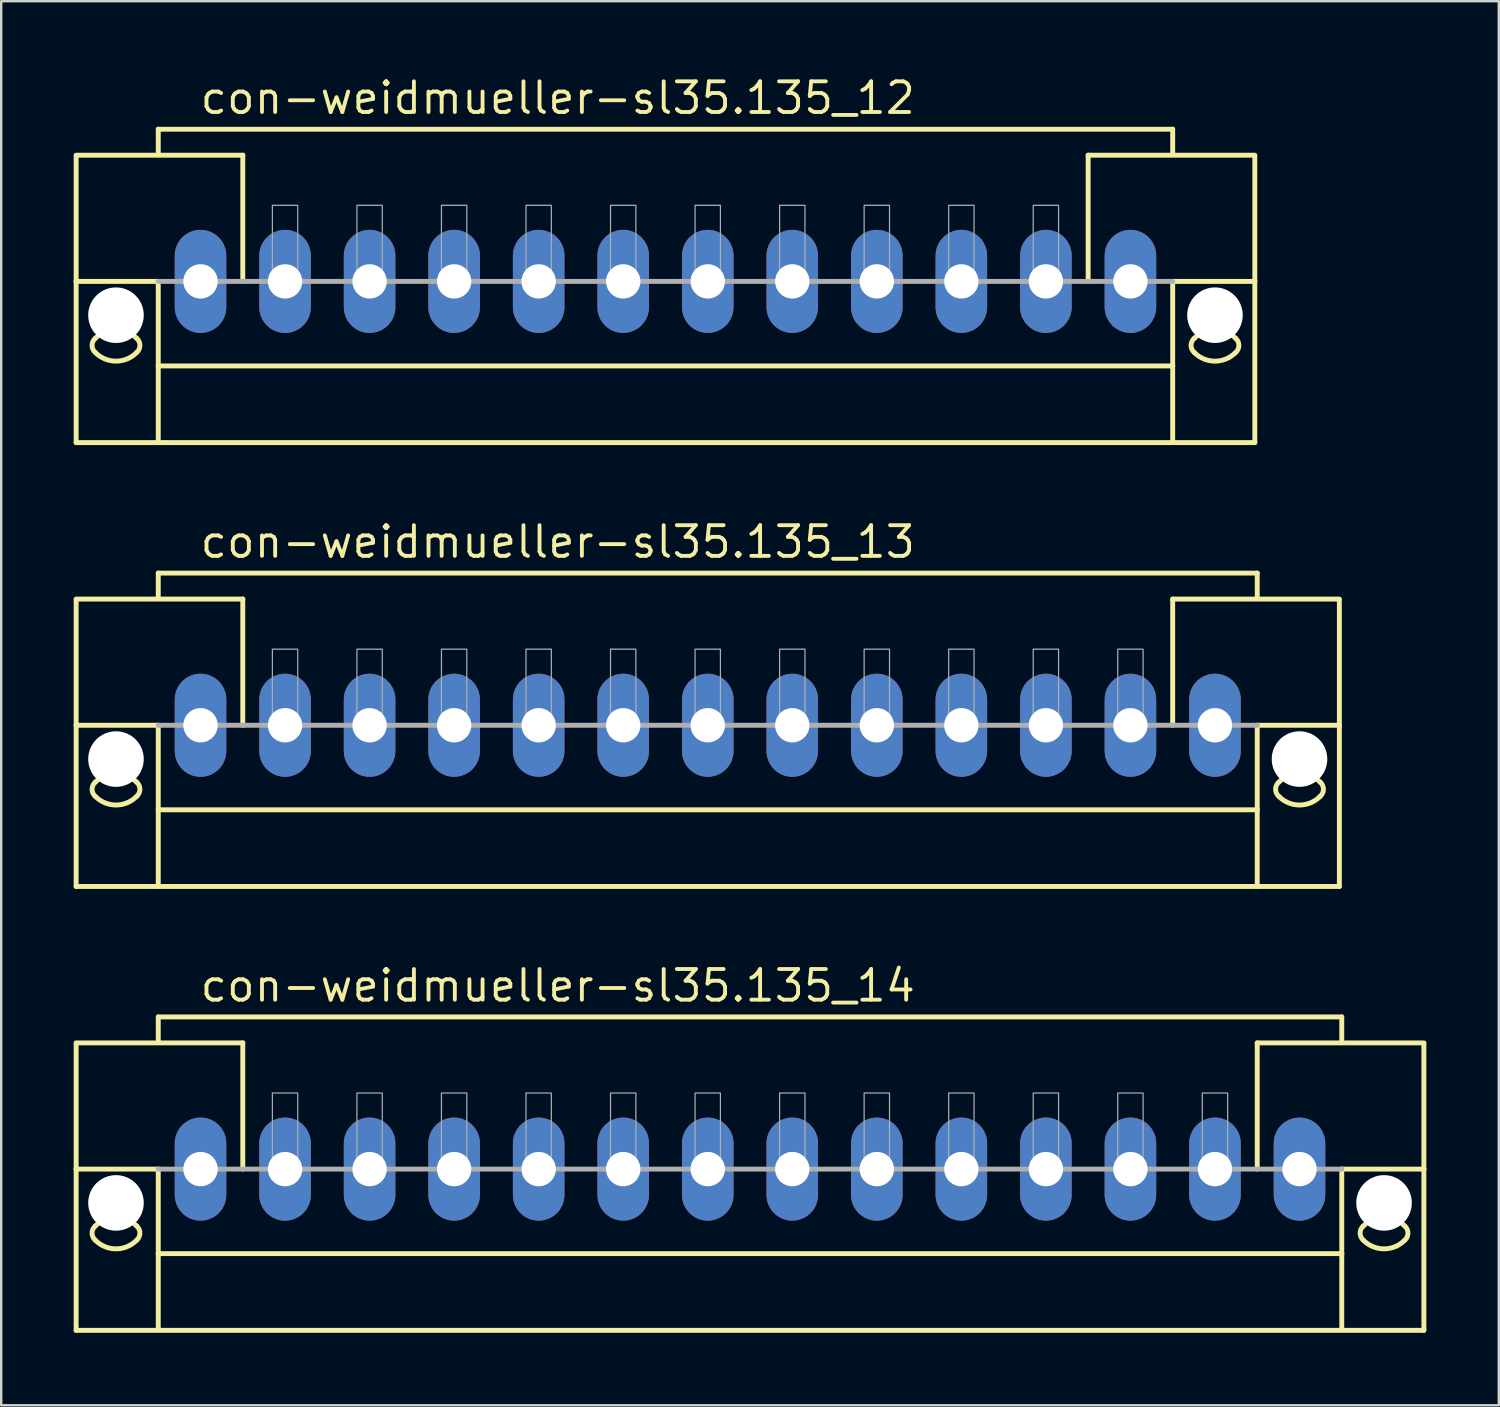
<source format=kicad_pcb>
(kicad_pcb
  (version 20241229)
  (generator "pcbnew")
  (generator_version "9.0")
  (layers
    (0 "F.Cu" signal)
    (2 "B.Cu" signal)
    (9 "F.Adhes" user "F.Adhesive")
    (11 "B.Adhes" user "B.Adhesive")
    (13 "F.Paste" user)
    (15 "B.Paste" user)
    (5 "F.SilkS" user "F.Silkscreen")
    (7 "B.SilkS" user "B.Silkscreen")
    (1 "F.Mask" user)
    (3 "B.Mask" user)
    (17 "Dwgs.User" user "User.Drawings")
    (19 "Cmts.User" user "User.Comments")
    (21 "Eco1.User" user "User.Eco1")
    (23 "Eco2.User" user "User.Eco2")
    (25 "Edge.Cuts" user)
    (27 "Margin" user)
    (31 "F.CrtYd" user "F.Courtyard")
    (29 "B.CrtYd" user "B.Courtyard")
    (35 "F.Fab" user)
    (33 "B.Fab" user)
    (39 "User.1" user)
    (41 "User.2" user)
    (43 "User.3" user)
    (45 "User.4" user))
  (footprint "con-weidmueller-sl35.135_13"
    (layer "F.Cu")
    (at 26.252 26.977)
    (property "Reference" "con-weidmueller-sl35.135_13" (at -21.1 -6.85 0) (layer "F.SilkS") (effects (font (size 1.27 1.27) (thickness 0.16)) (justify left bottom)))
    (attr through_hole)
    (fp_line (start -26.15 -5.225) (end -19.25 -5.225) (stroke (width 0.203) (type default)) (layer "F.SilkS"))
    (fp_line (start -26.15 -5.2) (end -26.15 0) (stroke (width 0.203) (type default)) (layer "F.SilkS"))
    (fp_line (start -26.15 0) (end -26.15 6.675) (stroke (width 0.203) (type default)) (layer "F.SilkS"))
    (fp_line (start -26.15 0) (end -22.75 0) (stroke (width 0.203) (type default)) (layer "F.SilkS"))
    (fp_line (start -26.15 6.675) (end 26.15 6.675) (stroke (width 0.203) (type default)) (layer "F.SilkS"))
    (fp_line (start -22.75 -6.3) (end 22.75 -6.3) (stroke (width 0.203) (type default)) (layer "F.SilkS"))
    (fp_line (start -22.75 -5.3) (end -22.75 -6.3) (stroke (width 0.203) (type default)) (layer "F.SilkS"))
    (fp_line (start -22.75 0) (end -22.75 3.5) (stroke (width 0.203) (type default)) (layer "F.SilkS"))
    (fp_line (start -22.75 3.5) (end 22.75 3.5) (stroke (width 0.203) (type default)) (layer "F.SilkS"))
    (fp_line (start -22.75 6.65) (end -22.75 3.5) (stroke (width 0.203) (type default)) (layer "F.SilkS"))
    (fp_line (start -19.25 -5.225) (end -19.25 -5.2) (stroke (width 0.203) (type default)) (layer "F.SilkS"))
    (fp_line (start -19.25 -5.175) (end -19.25 0) (stroke (width 0.203) (type default)) (layer "F.SilkS"))
    (fp_line (start 19.25 -5.225) (end 26.15 -5.225) (stroke (width 0.203) (type default)) (layer "F.SilkS"))
    (fp_line (start 19.25 -5.2) (end 19.25 -5.225) (stroke (width 0.203) (type default)) (layer "F.SilkS"))
    (fp_line (start 19.25 0) (end 19.25 -5.175) (stroke (width 0.203) (type default)) (layer "F.SilkS"))
    (fp_line (start 22.75 -6.3) (end 22.75 -5.3) (stroke (width 0.203) (type default)) (layer "F.SilkS"))
    (fp_line (start 22.75 3.5) (end 22.75 0) (stroke (width 0.203) (type default)) (layer "F.SilkS"))
    (fp_line (start 22.75 6.65) (end 22.75 3.5) (stroke (width 0.203) (type default)) (layer "F.SilkS"))
    (fp_line (start 26.15 0) (end 22.75 0) (stroke (width 0.203) (type default)) (layer "F.SilkS"))
    (fp_line (start 26.15 0) (end 26.15 -5.2) (stroke (width 0.203) (type default)) (layer "F.SilkS"))
    (fp_line (start 26.15 6.675) (end 26.15 0) (stroke (width 0.203) (type default)) (layer "F.SilkS"))
    (fp_arc (start -25.35 2.35) (mid -24.5 1.997918) (end -23.65 2.35) (stroke (width 0.2032) (type default)) (layer "F.SilkS"))
    (fp_arc (start -25.35 2.95) (mid -25.490512 2.65) (end -25.35 2.35) (stroke (width 0.2032) (type default)) (layer "F.SilkS"))
    (fp_arc (start -23.65 2.35) (mid -23.509488 2.65) (end -23.65 2.95) (stroke (width 0.2032) (type default)) (layer "F.SilkS"))
    (fp_arc (start -23.65 2.95) (mid -24.5 3.302082) (end -25.35 2.95) (stroke (width 0.2032) (type default)) (layer "F.SilkS"))
    (fp_arc (start 23.65 2.35) (mid 24.5 1.997918) (end 25.35 2.35) (stroke (width 0.2032) (type default)) (layer "F.SilkS"))
    (fp_arc (start 23.65 2.95) (mid 23.509488 2.65) (end 23.65 2.35) (stroke (width 0.2032) (type default)) (layer "F.SilkS"))
    (fp_arc (start 25.35 2.35) (mid 25.490512 2.65) (end 25.35 2.95) (stroke (width 0.2032) (type default)) (layer "F.SilkS"))
    (fp_arc (start 25.35 2.95) (mid 24.5 3.302082) (end 23.65 2.95) (stroke (width 0.2032) (type default)) (layer "F.SilkS"))
    (fp_line (start 22.75 0) (end -22.75 0) (stroke (width 0.203) (type default)) (layer "F.Fab"))
    (fp_rect (start -18.025 0) (end -16.975 -3.15) (stroke (width 0.05) (type default)) (fill no) (layer "F.Fab"))
    (fp_rect (start -14.525 0) (end -13.475 -3.15) (stroke (width 0.05) (type default)) (fill no) (layer "F.Fab"))
    (fp_rect (start -11.025 0) (end -9.975 -3.15) (stroke (width 0.05) (type default)) (fill no) (layer "F.Fab"))
    (fp_rect (start -7.525 0) (end -6.475 -3.15) (stroke (width 0.05) (type default)) (fill no) (layer "F.Fab"))
    (fp_rect (start -4.025 0) (end -2.975 -3.15) (stroke (width 0.05) (type default)) (fill no) (layer "F.Fab"))
    (fp_rect (start -0.525 0) (end 0.525 -3.15) (stroke (width 0.05) (type default)) (fill no) (layer "F.Fab"))
    (fp_rect (start 2.975 0) (end 4.025 -3.15) (stroke (width 0.05) (type default)) (fill no) (layer "F.Fab"))
    (fp_rect (start 6.475 0) (end 7.525 -3.15) (stroke (width 0.05) (type default)) (fill no) (layer "F.Fab"))
    (fp_rect (start 9.975 0) (end 11.025 -3.15) (stroke (width 0.05) (type default)) (fill no) (layer "F.Fab"))
    (fp_rect (start 13.475 0) (end 14.525 -3.15) (stroke (width 0.05) (type default)) (fill no) (layer "F.Fab"))
    (fp_rect (start 16.975 0) (end 18.025 -3.15) (stroke (width 0.05) (type default)) (fill no) (layer "F.Fab"))
    (pad "" np_thru_hole circle (at -24.5 1.4) (size 2.3 2.3) (drill 2.3) (layers "*.Cu" "*.Mask"))
    (pad "" np_thru_hole circle (at 24.5 1.4) (size 2.3 2.3) (drill 2.3) (layers "*.Cu" "*.Mask"))
    (pad "1" thru_hole oval (at -21 0 90) (size 4.267 2.134) (drill 1.422) (layers "*.Cu" "*.Mask"))
    (pad "2" thru_hole oval (at -17.5 0 90) (size 4.267 2.134) (drill 1.422) (layers "*.Cu" "*.Mask"))
    (pad "3" thru_hole oval (at -14 0 90) (size 4.267 2.134) (drill 1.422) (layers "*.Cu" "*.Mask"))
    (pad "4" thru_hole oval (at -10.5 0 90) (size 4.267 2.134) (drill 1.422) (layers "*.Cu" "*.Mask"))
    (pad "5" thru_hole oval (at -7 0 90) (size 4.267 2.134) (drill 1.422) (layers "*.Cu" "*.Mask"))
    (pad "6" thru_hole oval (at -3.5 0 90) (size 4.267 2.134) (drill 1.422) (layers "*.Cu" "*.Mask"))
    (pad "7" thru_hole oval (at 0 0 90) (size 4.267 2.134) (drill 1.422) (layers "*.Cu" "*.Mask"))
    (pad "8" thru_hole oval (at 3.5 0 90) (size 4.267 2.134) (drill 1.422) (layers "*.Cu" "*.Mask"))
    (pad "9" thru_hole oval (at 7 0 90) (size 4.267 2.134) (drill 1.422) (layers "*.Cu" "*.Mask"))
    (pad "10" thru_hole oval (at 10.5 0 90) (size 4.267 2.134) (drill 1.422) (layers "*.Cu" "*.Mask"))
    (pad "11" thru_hole oval (at 14 0 90) (size 4.267 2.134) (drill 1.422) (layers "*.Cu" "*.Mask"))
    (pad "12" thru_hole oval (at 17.5 0 90) (size 4.267 2.134) (drill 1.422) (layers "*.Cu" "*.Mask"))
    (pad "13" thru_hole oval (at 21 0 90) (size 4.267 2.134) (drill 1.422) (layers "*.Cu" "*.Mask")))
  (footprint "con-weidmueller-sl35.135_14"
    (layer "F.Cu")
    (at 28.002 45.353)
    (property "Reference" "con-weidmueller-sl35.135_14" (at -22.85 -6.85 0) (layer "F.SilkS") (effects (font (size 1.27 1.27) (thickness 0.16)) (justify left bottom)))
    (attr through_hole)
    (fp_line (start -27.9 -5.225) (end -21 -5.225) (stroke (width 0.203) (type default)) (layer "F.SilkS"))
    (fp_line (start -27.9 -5.2) (end -27.9 0) (stroke (width 0.203) (type default)) (layer "F.SilkS"))
    (fp_line (start -27.9 0) (end -27.9 6.675) (stroke (width 0.203) (type default)) (layer "F.SilkS"))
    (fp_line (start -27.9 0) (end -24.5 0) (stroke (width 0.203) (type default)) (layer "F.SilkS"))
    (fp_line (start -27.9 6.675) (end 27.9 6.675) (stroke (width 0.203) (type default)) (layer "F.SilkS"))
    (fp_line (start -24.5 -6.3) (end 24.5 -6.3) (stroke (width 0.203) (type default)) (layer "F.SilkS"))
    (fp_line (start -24.5 -5.3) (end -24.5 -6.3) (stroke (width 0.203) (type default)) (layer "F.SilkS"))
    (fp_line (start -24.5 0) (end -24.5 3.5) (stroke (width 0.203) (type default)) (layer "F.SilkS"))
    (fp_line (start -24.5 3.5) (end 24.5 3.5) (stroke (width 0.203) (type default)) (layer "F.SilkS"))
    (fp_line (start -24.5 6.65) (end -24.5 3.5) (stroke (width 0.203) (type default)) (layer "F.SilkS"))
    (fp_line (start -21 -5.225) (end -21 -5.2) (stroke (width 0.203) (type default)) (layer "F.SilkS"))
    (fp_line (start -21 -5.175) (end -21 0) (stroke (width 0.203) (type default)) (layer "F.SilkS"))
    (fp_line (start 21 -5.225) (end 27.9 -5.225) (stroke (width 0.203) (type default)) (layer "F.SilkS"))
    (fp_line (start 21 -5.2) (end 21 -5.225) (stroke (width 0.203) (type default)) (layer "F.SilkS"))
    (fp_line (start 21 0) (end 21 -5.175) (stroke (width 0.203) (type default)) (layer "F.SilkS"))
    (fp_line (start 24.5 -6.3) (end 24.5 -5.3) (stroke (width 0.203) (type default)) (layer "F.SilkS"))
    (fp_line (start 24.5 3.5) (end 24.5 0) (stroke (width 0.203) (type default)) (layer "F.SilkS"))
    (fp_line (start 24.5 6.65) (end 24.5 3.5) (stroke (width 0.203) (type default)) (layer "F.SilkS"))
    (fp_line (start 27.9 0) (end 24.5 0) (stroke (width 0.203) (type default)) (layer "F.SilkS"))
    (fp_line (start 27.9 0) (end 27.9 -5.2) (stroke (width 0.203) (type default)) (layer "F.SilkS"))
    (fp_line (start 27.9 6.675) (end 27.9 0) (stroke (width 0.203) (type default)) (layer "F.SilkS"))
    (fp_arc (start -27.1 2.35) (mid -26.25 1.997918) (end -25.4 2.35) (stroke (width 0.2032) (type default)) (layer "F.SilkS"))
    (fp_arc (start -27.1 2.95) (mid -27.240512 2.65) (end -27.1 2.35) (stroke (width 0.2032) (type default)) (layer "F.SilkS"))
    (fp_arc (start -25.4 2.35) (mid -25.259488 2.65) (end -25.4 2.95) (stroke (width 0.2032) (type default)) (layer "F.SilkS"))
    (fp_arc (start -25.4 2.95) (mid -26.25 3.302082) (end -27.1 2.95) (stroke (width 0.2032) (type default)) (layer "F.SilkS"))
    (fp_arc (start 25.4 2.35) (mid 26.25 1.997918) (end 27.1 2.35) (stroke (width 0.2032) (type default)) (layer "F.SilkS"))
    (fp_arc (start 25.4 2.95) (mid 25.259488 2.65) (end 25.4 2.35) (stroke (width 0.2032) (type default)) (layer "F.SilkS"))
    (fp_arc (start 27.1 2.35) (mid 27.240512 2.65) (end 27.1 2.95) (stroke (width 0.2032) (type default)) (layer "F.SilkS"))
    (fp_arc (start 27.1 2.95) (mid 26.25 3.302082) (end 25.4 2.95) (stroke (width 0.2032) (type default)) (layer "F.SilkS"))
    (fp_line (start 24.5 0) (end -24.5 0) (stroke (width 0.203) (type default)) (layer "F.Fab"))
    (fp_rect (start -19.775 0) (end -18.725 -3.15) (stroke (width 0.05) (type default)) (fill no) (layer "F.Fab"))
    (fp_rect (start -16.275 0) (end -15.225 -3.15) (stroke (width 0.05) (type default)) (fill no) (layer "F.Fab"))
    (fp_rect (start -12.775 0) (end -11.725 -3.15) (stroke (width 0.05) (type default)) (fill no) (layer "F.Fab"))
    (fp_rect (start -9.275 0) (end -8.225 -3.15) (stroke (width 0.05) (type default)) (fill no) (layer "F.Fab"))
    (fp_rect (start -5.775 0) (end -4.725 -3.15) (stroke (width 0.05) (type default)) (fill no) (layer "F.Fab"))
    (fp_rect (start -2.275 0) (end -1.225 -3.15) (stroke (width 0.05) (type default)) (fill no) (layer "F.Fab"))
    (fp_rect (start 1.225 0) (end 2.275 -3.15) (stroke (width 0.05) (type default)) (fill no) (layer "F.Fab"))
    (fp_rect (start 4.725 0) (end 5.775 -3.15) (stroke (width 0.05) (type default)) (fill no) (layer "F.Fab"))
    (fp_rect (start 8.225 0) (end 9.275 -3.15) (stroke (width 0.05) (type default)) (fill no) (layer "F.Fab"))
    (fp_rect (start 11.725 0) (end 12.775 -3.15) (stroke (width 0.05) (type default)) (fill no) (layer "F.Fab"))
    (fp_rect (start 15.225 0) (end 16.275 -3.15) (stroke (width 0.05) (type default)) (fill no) (layer "F.Fab"))
    (fp_rect (start 18.725 0) (end 19.775 -3.15) (stroke (width 0.05) (type default)) (fill no) (layer "F.Fab"))
    (pad "" np_thru_hole circle (at -26.25 1.4) (size 2.3 2.3) (drill 2.3) (layers "*.Cu" "*.Mask"))
    (pad "" np_thru_hole circle (at 26.25 1.4) (size 2.3 2.3) (drill 2.3) (layers "*.Cu" "*.Mask"))
    (pad "1" thru_hole oval (at -22.75 0 90) (size 4.267 2.134) (drill 1.422) (layers "*.Cu" "*.Mask"))
    (pad "2" thru_hole oval (at -19.25 0 90) (size 4.267 2.134) (drill 1.422) (layers "*.Cu" "*.Mask"))
    (pad "3" thru_hole oval (at -15.75 0 90) (size 4.267 2.134) (drill 1.422) (layers "*.Cu" "*.Mask"))
    (pad "4" thru_hole oval (at -12.25 0 90) (size 4.267 2.134) (drill 1.422) (layers "*.Cu" "*.Mask"))
    (pad "5" thru_hole oval (at -8.75 0 90) (size 4.267 2.134) (drill 1.422) (layers "*.Cu" "*.Mask"))
    (pad "6" thru_hole oval (at -5.25 0 90) (size 4.267 2.134) (drill 1.422) (layers "*.Cu" "*.Mask"))
    (pad "7" thru_hole oval (at -1.75 0 90) (size 4.267 2.134) (drill 1.422) (layers "*.Cu" "*.Mask"))
    (pad "8" thru_hole oval (at 1.75 0 90) (size 4.267 2.134) (drill 1.422) (layers "*.Cu" "*.Mask"))
    (pad "9" thru_hole oval (at 5.25 0 90) (size 4.267 2.134) (drill 1.422) (layers "*.Cu" "*.Mask"))
    (pad "10" thru_hole oval (at 8.75 0 90) (size 4.267 2.134) (drill 1.422) (layers "*.Cu" "*.Mask"))
    (pad "11" thru_hole oval (at 12.25 0 90) (size 4.267 2.134) (drill 1.422) (layers "*.Cu" "*.Mask"))
    (pad "12" thru_hole oval (at 15.75 0 90) (size 4.267 2.134) (drill 1.422) (layers "*.Cu" "*.Mask"))
    (pad "13" thru_hole oval (at 19.25 0 90) (size 4.267 2.134) (drill 1.422) (layers "*.Cu" "*.Mask"))
    (pad "14" thru_hole oval (at 22.75 0 90) (size 4.267 2.134) (drill 1.422) (layers "*.Cu" "*.Mask")))
  (footprint "con-weidmueller-sl35.135_12"
    (layer "F.Cu")
    (at 24.502 8.6)
    (property "Reference" "con-weidmueller-sl35.135_12" (at -19.35 -6.85 0) (layer "F.SilkS") (effects (font (size 1.27 1.27) (thickness 0.16)) (justify left bottom)))
    (attr through_hole)
    (fp_line (start -24.4 -5.225) (end -17.5 -5.225) (stroke (width 0.203) (type default)) (layer "F.SilkS"))
    (fp_line (start -24.4 -5.2) (end -24.4 0) (stroke (width 0.203) (type default)) (layer "F.SilkS"))
    (fp_line (start -24.4 0) (end -24.4 6.675) (stroke (width 0.203) (type default)) (layer "F.SilkS"))
    (fp_line (start -24.4 0) (end -21 0) (stroke (width 0.203) (type default)) (layer "F.SilkS"))
    (fp_line (start -24.4 6.675) (end 24.4 6.675) (stroke (width 0.203) (type default)) (layer "F.SilkS"))
    (fp_line (start -21 -6.3) (end 21 -6.3) (stroke (width 0.203) (type default)) (layer "F.SilkS"))
    (fp_line (start -21 -5.3) (end -21 -6.3) (stroke (width 0.203) (type default)) (layer "F.SilkS"))
    (fp_line (start -21 0) (end -21 3.5) (stroke (width 0.203) (type default)) (layer "F.SilkS"))
    (fp_line (start -21 3.5) (end 21 3.5) (stroke (width 0.203) (type default)) (layer "F.SilkS"))
    (fp_line (start -21 6.65) (end -21 3.5) (stroke (width 0.203) (type default)) (layer "F.SilkS"))
    (fp_line (start -17.5 -5.225) (end -17.5 -5.2) (stroke (width 0.203) (type default)) (layer "F.SilkS"))
    (fp_line (start -17.5 -5.175) (end -17.5 0) (stroke (width 0.203) (type default)) (layer "F.SilkS"))
    (fp_line (start 17.5 -5.225) (end 24.4 -5.225) (stroke (width 0.203) (type default)) (layer "F.SilkS"))
    (fp_line (start 17.5 -5.2) (end 17.5 -5.225) (stroke (width 0.203) (type default)) (layer "F.SilkS"))
    (fp_line (start 17.5 0) (end 17.5 -5.175) (stroke (width 0.203) (type default)) (layer "F.SilkS"))
    (fp_line (start 21 -6.3) (end 21 -5.3) (stroke (width 0.203) (type default)) (layer "F.SilkS"))
    (fp_line (start 21 3.5) (end 21 0) (stroke (width 0.203) (type default)) (layer "F.SilkS"))
    (fp_line (start 21 6.65) (end 21 3.5) (stroke (width 0.203) (type default)) (layer "F.SilkS"))
    (fp_line (start 24.4 0) (end 21 0) (stroke (width 0.203) (type default)) (layer "F.SilkS"))
    (fp_line (start 24.4 0) (end 24.4 -5.2) (stroke (width 0.203) (type default)) (layer "F.SilkS"))
    (fp_line (start 24.4 6.675) (end 24.4 0) (stroke (width 0.203) (type default)) (layer "F.SilkS"))
    (fp_arc (start -23.6 2.35) (mid -22.75 1.997918) (end -21.9 2.35) (stroke (width 0.2032) (type default)) (layer "F.SilkS"))
    (fp_arc (start -23.6 2.95) (mid -23.740512 2.65) (end -23.6 2.35) (stroke (width 0.2032) (type default)) (layer "F.SilkS"))
    (fp_arc (start -21.9 2.35) (mid -21.759488 2.65) (end -21.9 2.95) (stroke (width 0.2032) (type default)) (layer "F.SilkS"))
    (fp_arc (start -21.9 2.95) (mid -22.75 3.302082) (end -23.6 2.95) (stroke (width 0.2032) (type default)) (layer "F.SilkS"))
    (fp_arc (start 21.9 2.35) (mid 22.75 1.997918) (end 23.6 2.35) (stroke (width 0.2032) (type default)) (layer "F.SilkS"))
    (fp_arc (start 21.9 2.95) (mid 21.759488 2.65) (end 21.9 2.35) (stroke (width 0.2032) (type default)) (layer "F.SilkS"))
    (fp_arc (start 23.6 2.35) (mid 23.740512 2.65) (end 23.6 2.95) (stroke (width 0.2032) (type default)) (layer "F.SilkS"))
    (fp_arc (start 23.6 2.95) (mid 22.75 3.302082) (end 21.9 2.95) (stroke (width 0.2032) (type default)) (layer "F.SilkS"))
    (fp_line (start 21 0) (end -21 0) (stroke (width 0.203) (type default)) (layer "F.Fab"))
    (fp_rect (start -16.275 0) (end -15.225 -3.15) (stroke (width 0.05) (type default)) (fill no) (layer "F.Fab"))
    (fp_rect (start -12.775 0) (end -11.725 -3.15) (stroke (width 0.05) (type default)) (fill no) (layer "F.Fab"))
    (fp_rect (start -9.275 0) (end -8.225 -3.15) (stroke (width 0.05) (type default)) (fill no) (layer "F.Fab"))
    (fp_rect (start -5.775 0) (end -4.725 -3.15) (stroke (width 0.05) (type default)) (fill no) (layer "F.Fab"))
    (fp_rect (start -2.275 0) (end -1.225 -3.15) (stroke (width 0.05) (type default)) (fill no) (layer "F.Fab"))
    (fp_rect (start 1.225 0) (end 2.275 -3.15) (stroke (width 0.05) (type default)) (fill no) (layer "F.Fab"))
    (fp_rect (start 4.725 0) (end 5.775 -3.15) (stroke (width 0.05) (type default)) (fill no) (layer "F.Fab"))
    (fp_rect (start 8.225 0) (end 9.275 -3.15) (stroke (width 0.05) (type default)) (fill no) (layer "F.Fab"))
    (fp_rect (start 11.725 0) (end 12.775 -3.15) (stroke (width 0.05) (type default)) (fill no) (layer "F.Fab"))
    (fp_rect (start 15.225 0) (end 16.275 -3.15) (stroke (width 0.05) (type default)) (fill no) (layer "F.Fab"))
    (pad "" np_thru_hole circle (at -22.75 1.4) (size 2.3 2.3) (drill 2.3) (layers "*.Cu" "*.Mask"))
    (pad "" np_thru_hole circle (at 22.75 1.4) (size 2.3 2.3) (drill 2.3) (layers "*.Cu" "*.Mask"))
    (pad "1" thru_hole oval (at -19.25 0 90) (size 4.267 2.134) (drill 1.422) (layers "*.Cu" "*.Mask"))
    (pad "2" thru_hole oval (at -15.75 0 90) (size 4.267 2.134) (drill 1.422) (layers "*.Cu" "*.Mask"))
    (pad "3" thru_hole oval (at -12.25 0 90) (size 4.267 2.134) (drill 1.422) (layers "*.Cu" "*.Mask"))
    (pad "4" thru_hole oval (at -8.75 0 90) (size 4.267 2.134) (drill 1.422) (layers "*.Cu" "*.Mask"))
    (pad "5" thru_hole oval (at -5.25 0 90) (size 4.267 2.134) (drill 1.422) (layers "*.Cu" "*.Mask"))
    (pad "6" thru_hole oval (at -1.75 0 90) (size 4.267 2.134) (drill 1.422) (layers "*.Cu" "*.Mask"))
    (pad "7" thru_hole oval (at 1.75 0 90) (size 4.267 2.134) (drill 1.422) (layers "*.Cu" "*.Mask"))
    (pad "8" thru_hole oval (at 5.25 0 90) (size 4.267 2.134) (drill 1.422) (layers "*.Cu" "*.Mask"))
    (pad "9" thru_hole oval (at 8.75 0 90) (size 4.267 2.134) (drill 1.422) (layers "*.Cu" "*.Mask"))
    (pad "10" thru_hole oval (at 12.25 0 90) (size 4.267 2.134) (drill 1.422) (layers "*.Cu" "*.Mask"))
    (pad "11" thru_hole oval (at 15.75 0 90) (size 4.267 2.134) (drill 1.422) (layers "*.Cu" "*.Mask"))
    (pad "12" thru_hole oval (at 19.25 0 90) (size 4.267 2.134) (drill 1.422) (layers "*.Cu" "*.Mask")))
  (gr_rect
    (start -3 -3)
    (end 59.003 55.13)
    (stroke (width 0.1) (type default))
    (fill no)
    (layer "Edge.Cuts")))
</source>
